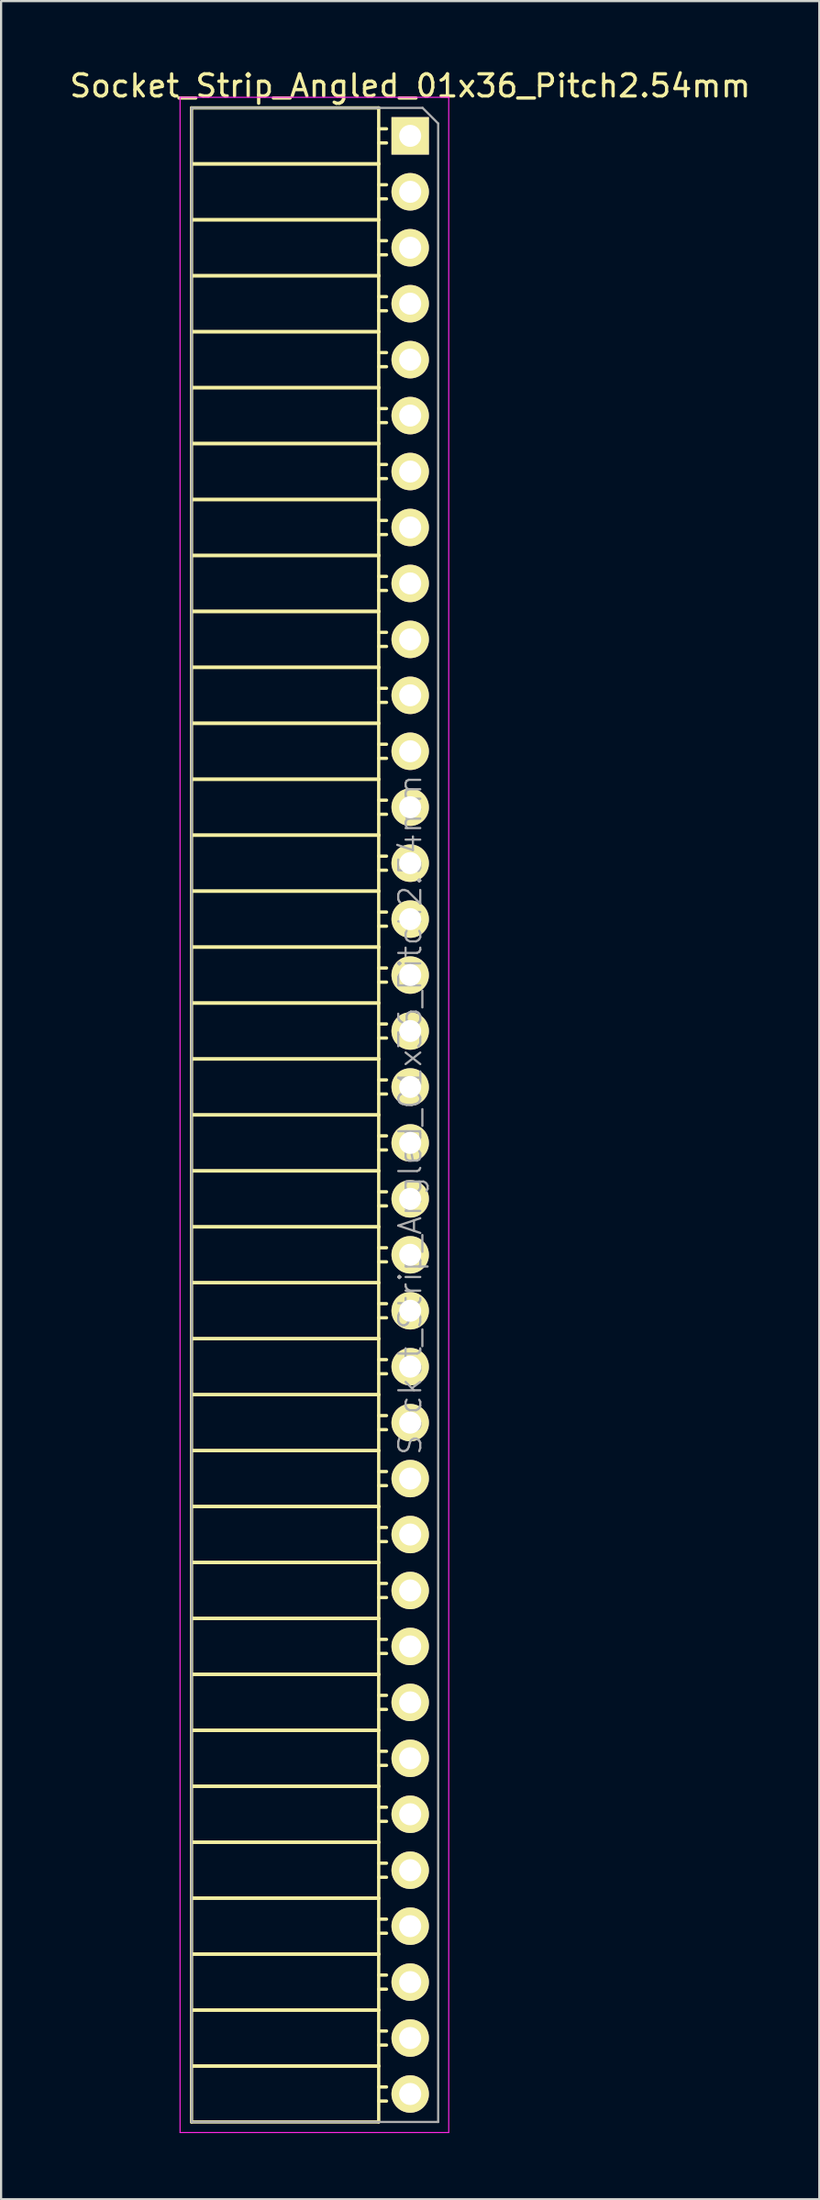
<source format=kicad_pcb>
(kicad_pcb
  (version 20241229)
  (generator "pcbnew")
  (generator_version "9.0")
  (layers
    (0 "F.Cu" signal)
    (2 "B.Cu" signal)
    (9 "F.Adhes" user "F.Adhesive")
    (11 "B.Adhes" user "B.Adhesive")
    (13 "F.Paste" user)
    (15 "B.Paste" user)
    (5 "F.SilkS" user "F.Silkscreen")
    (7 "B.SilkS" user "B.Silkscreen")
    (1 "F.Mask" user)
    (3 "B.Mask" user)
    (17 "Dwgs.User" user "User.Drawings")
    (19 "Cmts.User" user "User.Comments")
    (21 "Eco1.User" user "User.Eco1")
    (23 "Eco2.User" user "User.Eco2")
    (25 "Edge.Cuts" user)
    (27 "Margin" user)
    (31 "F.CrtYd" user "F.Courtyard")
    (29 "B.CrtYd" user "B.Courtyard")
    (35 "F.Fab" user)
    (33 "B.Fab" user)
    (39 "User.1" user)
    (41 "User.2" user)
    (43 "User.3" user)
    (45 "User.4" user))
  (footprint "Socket_Strip_Angled_01x36_Pitch2.54mm"
    (layer "F.Cu")
    (at 15.577 3.118)
    (property "Reference" "Socket_Strip_Angled_01x36_Pitch2.54mm" (at 0 -2.27 0) (layer "F.SilkS") (effects (font (size 1 1) (thickness 0.15))))
    (attr smd)
    (fp_line (start -9.93 -1.27) (end -9.93 1.27) (stroke (width 0.15) (type solid)) (layer "F.SilkS"))
    (fp_line (start -9.93 -1.27) (end -1.43 -1.27) (stroke (width 0.15) (type solid)) (layer "F.SilkS"))
    (fp_line (start -9.93 1.27) (end -9.93 3.81) (stroke (width 0.15) (type solid)) (layer "F.SilkS"))
    (fp_line (start -9.93 1.27) (end -1.43 1.27) (stroke (width 0.15) (type solid)) (layer "F.SilkS"))
    (fp_line (start -9.93 1.27) (end -1.43 1.27) (stroke (width 0.15) (type solid)) (layer "F.SilkS"))
    (fp_line (start -9.93 3.81) (end -9.93 6.35) (stroke (width 0.15) (type solid)) (layer "F.SilkS"))
    (fp_line (start -9.93 3.81) (end -1.43 3.81) (stroke (width 0.15) (type solid)) (layer "F.SilkS"))
    (fp_line (start -9.93 3.81) (end -1.43 3.81) (stroke (width 0.15) (type solid)) (layer "F.SilkS"))
    (fp_line (start -9.93 6.35) (end -9.93 8.89) (stroke (width 0.15) (type solid)) (layer "F.SilkS"))
    (fp_line (start -9.93 6.35) (end -1.43 6.35) (stroke (width 0.15) (type solid)) (layer "F.SilkS"))
    (fp_line (start -9.93 6.35) (end -1.43 6.35) (stroke (width 0.15) (type solid)) (layer "F.SilkS"))
    (fp_line (start -9.93 8.89) (end -9.93 11.43) (stroke (width 0.15) (type solid)) (layer "F.SilkS"))
    (fp_line (start -9.93 8.89) (end -1.43 8.89) (stroke (width 0.15) (type solid)) (layer "F.SilkS"))
    (fp_line (start -9.93 8.89) (end -1.43 8.89) (stroke (width 0.15) (type solid)) (layer "F.SilkS"))
    (fp_line (start -9.93 11.43) (end -9.93 13.97) (stroke (width 0.15) (type solid)) (layer "F.SilkS"))
    (fp_line (start -9.93 11.43) (end -1.43 11.43) (stroke (width 0.15) (type solid)) (layer "F.SilkS"))
    (fp_line (start -9.93 11.43) (end -1.43 11.43) (stroke (width 0.15) (type solid)) (layer "F.SilkS"))
    (fp_line (start -9.93 13.97) (end -9.93 16.51) (stroke (width 0.15) (type solid)) (layer "F.SilkS"))
    (fp_line (start -9.93 13.97) (end -1.43 13.97) (stroke (width 0.15) (type solid)) (layer "F.SilkS"))
    (fp_line (start -9.93 13.97) (end -1.43 13.97) (stroke (width 0.15) (type solid)) (layer "F.SilkS"))
    (fp_line (start -9.93 16.51) (end -9.93 19.05) (stroke (width 0.15) (type solid)) (layer "F.SilkS"))
    (fp_line (start -9.93 16.51) (end -1.43 16.51) (stroke (width 0.15) (type solid)) (layer "F.SilkS"))
    (fp_line (start -9.93 16.51) (end -1.43 16.51) (stroke (width 0.15) (type solid)) (layer "F.SilkS"))
    (fp_line (start -9.93 19.05) (end -9.93 21.59) (stroke (width 0.15) (type solid)) (layer "F.SilkS"))
    (fp_line (start -9.93 19.05) (end -1.43 19.05) (stroke (width 0.15) (type solid)) (layer "F.SilkS"))
    (fp_line (start -9.93 19.05) (end -1.43 19.05) (stroke (width 0.15) (type solid)) (layer "F.SilkS"))
    (fp_line (start -9.93 21.59) (end -9.93 24.13) (stroke (width 0.15) (type solid)) (layer "F.SilkS"))
    (fp_line (start -9.93 21.59) (end -1.43 21.59) (stroke (width 0.15) (type solid)) (layer "F.SilkS"))
    (fp_line (start -9.93 21.59) (end -1.43 21.59) (stroke (width 0.15) (type solid)) (layer "F.SilkS"))
    (fp_line (start -9.93 24.13) (end -9.93 26.67) (stroke (width 0.15) (type solid)) (layer "F.SilkS"))
    (fp_line (start -9.93 24.13) (end -1.43 24.13) (stroke (width 0.15) (type solid)) (layer "F.SilkS"))
    (fp_line (start -9.93 24.13) (end -1.43 24.13) (stroke (width 0.15) (type solid)) (layer "F.SilkS"))
    (fp_line (start -9.93 26.67) (end -9.93 29.21) (stroke (width 0.15) (type solid)) (layer "F.SilkS"))
    (fp_line (start -9.93 26.67) (end -1.43 26.67) (stroke (width 0.15) (type solid)) (layer "F.SilkS"))
    (fp_line (start -9.93 26.67) (end -1.43 26.67) (stroke (width 0.15) (type solid)) (layer "F.SilkS"))
    (fp_line (start -9.93 29.21) (end -9.93 31.75) (stroke (width 0.15) (type solid)) (layer "F.SilkS"))
    (fp_line (start -9.93 29.21) (end -1.43 29.21) (stroke (width 0.15) (type solid)) (layer "F.SilkS"))
    (fp_line (start -9.93 29.21) (end -1.43 29.21) (stroke (width 0.15) (type solid)) (layer "F.SilkS"))
    (fp_line (start -9.93 31.75) (end -9.93 34.29) (stroke (width 0.15) (type solid)) (layer "F.SilkS"))
    (fp_line (start -9.93 31.75) (end -1.43 31.75) (stroke (width 0.15) (type solid)) (layer "F.SilkS"))
    (fp_line (start -9.93 31.75) (end -1.43 31.75) (stroke (width 0.15) (type solid)) (layer "F.SilkS"))
    (fp_line (start -9.93 34.29) (end -9.93 36.83) (stroke (width 0.15) (type solid)) (layer "F.SilkS"))
    (fp_line (start -9.93 34.29) (end -1.43 34.29) (stroke (width 0.15) (type solid)) (layer "F.SilkS"))
    (fp_line (start -9.93 34.29) (end -1.43 34.29) (stroke (width 0.15) (type solid)) (layer "F.SilkS"))
    (fp_line (start -9.93 36.83) (end -9.93 39.37) (stroke (width 0.15) (type solid)) (layer "F.SilkS"))
    (fp_line (start -9.93 36.83) (end -1.43 36.83) (stroke (width 0.15) (type solid)) (layer "F.SilkS"))
    (fp_line (start -9.93 36.83) (end -1.43 36.83) (stroke (width 0.15) (type solid)) (layer "F.SilkS"))
    (fp_line (start -9.93 39.37) (end -9.93 41.91) (stroke (width 0.15) (type solid)) (layer "F.SilkS"))
    (fp_line (start -9.93 39.37) (end -1.43 39.37) (stroke (width 0.15) (type solid)) (layer "F.SilkS"))
    (fp_line (start -9.93 39.37) (end -1.43 39.37) (stroke (width 0.15) (type solid)) (layer "F.SilkS"))
    (fp_line (start -9.93 41.91) (end -9.93 44.45) (stroke (width 0.15) (type solid)) (layer "F.SilkS"))
    (fp_line (start -9.93 41.91) (end -1.43 41.91) (stroke (width 0.15) (type solid)) (layer "F.SilkS"))
    (fp_line (start -9.93 41.91) (end -1.43 41.91) (stroke (width 0.15) (type solid)) (layer "F.SilkS"))
    (fp_line (start -9.93 44.45) (end -9.93 46.99) (stroke (width 0.15) (type solid)) (layer "F.SilkS"))
    (fp_line (start -9.93 44.45) (end -1.43 44.45) (stroke (width 0.15) (type solid)) (layer "F.SilkS"))
    (fp_line (start -9.93 44.45) (end -1.43 44.45) (stroke (width 0.15) (type solid)) (layer "F.SilkS"))
    (fp_line (start -9.93 46.99) (end -9.93 49.53) (stroke (width 0.15) (type solid)) (layer "F.SilkS"))
    (fp_line (start -9.93 46.99) (end -1.43 46.99) (stroke (width 0.15) (type solid)) (layer "F.SilkS"))
    (fp_line (start -9.93 46.99) (end -1.43 46.99) (stroke (width 0.15) (type solid)) (layer "F.SilkS"))
    (fp_line (start -9.93 49.53) (end -9.93 52.07) (stroke (width 0.15) (type solid)) (layer "F.SilkS"))
    (fp_line (start -9.93 49.53) (end -1.43 49.53) (stroke (width 0.15) (type solid)) (layer "F.SilkS"))
    (fp_line (start -9.93 49.53) (end -1.43 49.53) (stroke (width 0.15) (type solid)) (layer "F.SilkS"))
    (fp_line (start -9.93 52.07) (end -9.93 54.61) (stroke (width 0.15) (type solid)) (layer "F.SilkS"))
    (fp_line (start -9.93 52.07) (end -1.43 52.07) (stroke (width 0.15) (type solid)) (layer "F.SilkS"))
    (fp_line (start -9.93 52.07) (end -1.43 52.07) (stroke (width 0.15) (type solid)) (layer "F.SilkS"))
    (fp_line (start -9.93 54.61) (end -9.93 57.15) (stroke (width 0.15) (type solid)) (layer "F.SilkS"))
    (fp_line (start -9.93 54.61) (end -1.43 54.61) (stroke (width 0.15) (type solid)) (layer "F.SilkS"))
    (fp_line (start -9.93 54.61) (end -1.43 54.61) (stroke (width 0.15) (type solid)) (layer "F.SilkS"))
    (fp_line (start -9.93 57.15) (end -9.93 59.69) (stroke (width 0.15) (type solid)) (layer "F.SilkS"))
    (fp_line (start -9.93 57.15) (end -1.43 57.15) (stroke (width 0.15) (type solid)) (layer "F.SilkS"))
    (fp_line (start -9.93 57.15) (end -1.43 57.15) (stroke (width 0.15) (type solid)) (layer "F.SilkS"))
    (fp_line (start -9.93 59.69) (end -9.93 62.23) (stroke (width 0.15) (type solid)) (layer "F.SilkS"))
    (fp_line (start -9.93 59.69) (end -1.43 59.69) (stroke (width 0.15) (type solid)) (layer "F.SilkS"))
    (fp_line (start -9.93 59.69) (end -1.43 59.69) (stroke (width 0.15) (type solid)) (layer "F.SilkS"))
    (fp_line (start -9.93 62.23) (end -9.93 64.77) (stroke (width 0.15) (type solid)) (layer "F.SilkS"))
    (fp_line (start -9.93 62.23) (end -1.43 62.23) (stroke (width 0.15) (type solid)) (layer "F.SilkS"))
    (fp_line (start -9.93 62.23) (end -1.43 62.23) (stroke (width 0.15) (type solid)) (layer "F.SilkS"))
    (fp_line (start -9.93 64.77) (end -9.93 67.31) (stroke (width 0.15) (type solid)) (layer "F.SilkS"))
    (fp_line (start -9.93 64.77) (end -1.43 64.77) (stroke (width 0.15) (type solid)) (layer "F.SilkS"))
    (fp_line (start -9.93 64.77) (end -1.43 64.77) (stroke (width 0.15) (type solid)) (layer "F.SilkS"))
    (fp_line (start -9.93 67.31) (end -9.93 69.85) (stroke (width 0.15) (type solid)) (layer "F.SilkS"))
    (fp_line (start -9.93 67.31) (end -1.43 67.31) (stroke (width 0.15) (type solid)) (layer "F.SilkS"))
    (fp_line (start -9.93 67.31) (end -1.43 67.31) (stroke (width 0.15) (type solid)) (layer "F.SilkS"))
    (fp_line (start -9.93 69.85) (end -9.93 72.39) (stroke (width 0.15) (type solid)) (layer "F.SilkS"))
    (fp_line (start -9.93 69.85) (end -1.43 69.85) (stroke (width 0.15) (type solid)) (layer "F.SilkS"))
    (fp_line (start -9.93 69.85) (end -1.43 69.85) (stroke (width 0.15) (type solid)) (layer "F.SilkS"))
    (fp_line (start -9.93 72.39) (end -9.93 74.93) (stroke (width 0.15) (type solid)) (layer "F.SilkS"))
    (fp_line (start -9.93 72.39) (end -1.43 72.39) (stroke (width 0.15) (type solid)) (layer "F.SilkS"))
    (fp_line (start -9.93 72.39) (end -1.43 72.39) (stroke (width 0.15) (type solid)) (layer "F.SilkS"))
    (fp_line (start -9.93 74.93) (end -9.93 77.47) (stroke (width 0.15) (type solid)) (layer "F.SilkS"))
    (fp_line (start -9.93 74.93) (end -1.43 74.93) (stroke (width 0.15) (type solid)) (layer "F.SilkS"))
    (fp_line (start -9.93 74.93) (end -1.43 74.93) (stroke (width 0.15) (type solid)) (layer "F.SilkS"))
    (fp_line (start -9.93 77.47) (end -9.93 80.01) (stroke (width 0.15) (type solid)) (layer "F.SilkS"))
    (fp_line (start -9.93 77.47) (end -1.43 77.47) (stroke (width 0.15) (type solid)) (layer "F.SilkS"))
    (fp_line (start -9.93 77.47) (end -1.43 77.47) (stroke (width 0.15) (type solid)) (layer "F.SilkS"))
    (fp_line (start -9.93 80.01) (end -9.93 82.55) (stroke (width 0.15) (type solid)) (layer "F.SilkS"))
    (fp_line (start -9.93 80.01) (end -1.43 80.01) (stroke (width 0.15) (type solid)) (layer "F.SilkS"))
    (fp_line (start -9.93 80.01) (end -1.43 80.01) (stroke (width 0.15) (type solid)) (layer "F.SilkS"))
    (fp_line (start -9.93 82.55) (end -9.93 85.09) (stroke (width 0.15) (type solid)) (layer "F.SilkS"))
    (fp_line (start -9.93 82.55) (end -1.43 82.55) (stroke (width 0.15) (type solid)) (layer "F.SilkS"))
    (fp_line (start -9.93 82.55) (end -1.43 82.55) (stroke (width 0.15) (type solid)) (layer "F.SilkS"))
    (fp_line (start -9.93 85.09) (end -9.93 87.63) (stroke (width 0.15) (type solid)) (layer "F.SilkS"))
    (fp_line (start -9.93 85.09) (end -1.43 85.09) (stroke (width 0.15) (type solid)) (layer "F.SilkS"))
    (fp_line (start -9.93 85.09) (end -1.43 85.09) (stroke (width 0.15) (type solid)) (layer "F.SilkS"))
    (fp_line (start -9.93 87.63) (end -9.93 90.17) (stroke (width 0.15) (type solid)) (layer "F.SilkS"))
    (fp_line (start -9.93 87.63) (end -1.43 87.63) (stroke (width 0.15) (type solid)) (layer "F.SilkS"))
    (fp_line (start -9.93 87.63) (end -1.43 87.63) (stroke (width 0.15) (type solid)) (layer "F.SilkS"))
    (fp_line (start -9.93 90.17) (end -1.43 90.17) (stroke (width 0.15) (type solid)) (layer "F.SilkS"))
    (fp_line (start -1.43 -1.27) (end -1.43 1.27) (stroke (width 0.15) (type solid)) (layer "F.SilkS"))
    (fp_line (start -1.43 -0.32) (end -1.075 -0.32) (stroke (width 0.15) (type solid)) (layer "F.SilkS"))
    (fp_line (start -1.43 0.32) (end -1.075 0.32) (stroke (width 0.15) (type solid)) (layer "F.SilkS"))
    (fp_line (start -1.43 1.27) (end -1.43 3.81) (stroke (width 0.15) (type solid)) (layer "F.SilkS"))
    (fp_line (start -1.43 2.22) (end -1.075 2.22) (stroke (width 0.15) (type solid)) (layer "F.SilkS"))
    (fp_line (start -1.43 2.86) (end -1.075 2.86) (stroke (width 0.15) (type solid)) (layer "F.SilkS"))
    (fp_line (start -1.43 3.81) (end -1.43 6.35) (stroke (width 0.15) (type solid)) (layer "F.SilkS"))
    (fp_line (start -1.43 4.76) (end -1.075 4.76) (stroke (width 0.15) (type solid)) (layer "F.SilkS"))
    (fp_line (start -1.43 5.4) (end -1.075 5.4) (stroke (width 0.15) (type solid)) (layer "F.SilkS"))
    (fp_line (start -1.43 6.35) (end -1.43 8.89) (stroke (width 0.15) (type solid)) (layer "F.SilkS"))
    (fp_line (start -1.43 7.3) (end -1.075 7.3) (stroke (width 0.15) (type solid)) (layer "F.SilkS"))
    (fp_line (start -1.43 7.94) (end -1.075 7.94) (stroke (width 0.15) (type solid)) (layer "F.SilkS"))
    (fp_line (start -1.43 8.89) (end -1.43 11.43) (stroke (width 0.15) (type solid)) (layer "F.SilkS"))
    (fp_line (start -1.43 9.84) (end -1.075 9.84) (stroke (width 0.15) (type solid)) (layer "F.SilkS"))
    (fp_line (start -1.43 10.48) (end -1.075 10.48) (stroke (width 0.15) (type solid)) (layer "F.SilkS"))
    (fp_line (start -1.43 11.43) (end -1.43 13.97) (stroke (width 0.15) (type solid)) (layer "F.SilkS"))
    (fp_line (start -1.43 12.38) (end -1.075 12.38) (stroke (width 0.15) (type solid)) (layer "F.SilkS"))
    (fp_line (start -1.43 13.02) (end -1.075 13.02) (stroke (width 0.15) (type solid)) (layer "F.SilkS"))
    (fp_line (start -1.43 13.97) (end -1.43 16.51) (stroke (width 0.15) (type solid)) (layer "F.SilkS"))
    (fp_line (start -1.43 14.92) (end -1.075 14.92) (stroke (width 0.15) (type solid)) (layer "F.SilkS"))
    (fp_line (start -1.43 15.56) (end -1.075 15.56) (stroke (width 0.15) (type solid)) (layer "F.SilkS"))
    (fp_line (start -1.43 16.51) (end -1.43 19.05) (stroke (width 0.15) (type solid)) (layer "F.SilkS"))
    (fp_line (start -1.43 17.46) (end -1.075 17.46) (stroke (width 0.15) (type solid)) (layer "F.SilkS"))
    (fp_line (start -1.43 18.1) (end -1.075 18.1) (stroke (width 0.15) (type solid)) (layer "F.SilkS"))
    (fp_line (start -1.43 19.05) (end -1.43 21.59) (stroke (width 0.15) (type solid)) (layer "F.SilkS"))
    (fp_line (start -1.43 20) (end -1.075 20) (stroke (width 0.15) (type solid)) (layer "F.SilkS"))
    (fp_line (start -1.43 20.64) (end -1.075 20.64) (stroke (width 0.15) (type solid)) (layer "F.SilkS"))
    (fp_line (start -1.43 21.59) (end -1.43 24.13) (stroke (width 0.15) (type solid)) (layer "F.SilkS"))
    (fp_line (start -1.43 22.54) (end -1.075 22.54) (stroke (width 0.15) (type solid)) (layer "F.SilkS"))
    (fp_line (start -1.43 23.18) (end -1.075 23.18) (stroke (width 0.15) (type solid)) (layer "F.SilkS"))
    (fp_line (start -1.43 24.13) (end -1.43 26.67) (stroke (width 0.15) (type solid)) (layer "F.SilkS"))
    (fp_line (start -1.43 25.08) (end -1.075 25.08) (stroke (width 0.15) (type solid)) (layer "F.SilkS"))
    (fp_line (start -1.43 25.72) (end -1.075 25.72) (stroke (width 0.15) (type solid)) (layer "F.SilkS"))
    (fp_line (start -1.43 26.67) (end -1.43 29.21) (stroke (width 0.15) (type solid)) (layer "F.SilkS"))
    (fp_line (start -1.43 27.62) (end -1.075 27.62) (stroke (width 0.15) (type solid)) (layer "F.SilkS"))
    (fp_line (start -1.43 28.26) (end -1.075 28.26) (stroke (width 0.15) (type solid)) (layer "F.SilkS"))
    (fp_line (start -1.43 29.21) (end -1.43 31.75) (stroke (width 0.15) (type solid)) (layer "F.SilkS"))
    (fp_line (start -1.43 30.16) (end -1.075 30.16) (stroke (width 0.15) (type solid)) (layer "F.SilkS"))
    (fp_line (start -1.43 30.8) (end -1.075 30.8) (stroke (width 0.15) (type solid)) (layer "F.SilkS"))
    (fp_line (start -1.43 31.75) (end -1.43 34.29) (stroke (width 0.15) (type solid)) (layer "F.SilkS"))
    (fp_line (start -1.43 32.7) (end -1.075 32.7) (stroke (width 0.15) (type solid)) (layer "F.SilkS"))
    (fp_line (start -1.43 33.34) (end -1.075 33.34) (stroke (width 0.15) (type solid)) (layer "F.SilkS"))
    (fp_line (start -1.43 34.29) (end -1.43 36.83) (stroke (width 0.15) (type solid)) (layer "F.SilkS"))
    (fp_line (start -1.43 35.24) (end -1.075 35.24) (stroke (width 0.15) (type solid)) (layer "F.SilkS"))
    (fp_line (start -1.43 35.88) (end -1.075 35.88) (stroke (width 0.15) (type solid)) (layer "F.SilkS"))
    (fp_line (start -1.43 36.83) (end -1.43 39.37) (stroke (width 0.15) (type solid)) (layer "F.SilkS"))
    (fp_line (start -1.43 37.78) (end -1.075 37.78) (stroke (width 0.15) (type solid)) (layer "F.SilkS"))
    (fp_line (start -1.43 38.42) (end -1.075 38.42) (stroke (width 0.15) (type solid)) (layer "F.SilkS"))
    (fp_line (start -1.43 39.37) (end -1.43 41.91) (stroke (width 0.15) (type solid)) (layer "F.SilkS"))
    (fp_line (start -1.43 40.32) (end -1.075 40.32) (stroke (width 0.15) (type solid)) (layer "F.SilkS"))
    (fp_line (start -1.43 40.96) (end -1.075 40.96) (stroke (width 0.15) (type solid)) (layer "F.SilkS"))
    (fp_line (start -1.43 41.91) (end -1.43 44.45) (stroke (width 0.15) (type solid)) (layer "F.SilkS"))
    (fp_line (start -1.43 42.86) (end -1.075 42.86) (stroke (width 0.15) (type solid)) (layer "F.SilkS"))
    (fp_line (start -1.43 43.5) (end -1.075 43.5) (stroke (width 0.15) (type solid)) (layer "F.SilkS"))
    (fp_line (start -1.43 44.45) (end -1.43 46.99) (stroke (width 0.15) (type solid)) (layer "F.SilkS"))
    (fp_line (start -1.43 45.4) (end -1.075 45.4) (stroke (width 0.15) (type solid)) (layer "F.SilkS"))
    (fp_line (start -1.43 46.04) (end -1.075 46.04) (stroke (width 0.15) (type solid)) (layer "F.SilkS"))
    (fp_line (start -1.43 46.99) (end -1.43 49.53) (stroke (width 0.15) (type solid)) (layer "F.SilkS"))
    (fp_line (start -1.43 47.94) (end -1.075 47.94) (stroke (width 0.15) (type solid)) (layer "F.SilkS"))
    (fp_line (start -1.43 48.58) (end -1.075 48.58) (stroke (width 0.15) (type solid)) (layer "F.SilkS"))
    (fp_line (start -1.43 49.53) (end -1.43 52.07) (stroke (width 0.15) (type solid)) (layer "F.SilkS"))
    (fp_line (start -1.43 50.48) (end -1.075 50.48) (stroke (width 0.15) (type solid)) (layer "F.SilkS"))
    (fp_line (start -1.43 51.12) (end -1.075 51.12) (stroke (width 0.15) (type solid)) (layer "F.SilkS"))
    (fp_line (start -1.43 52.07) (end -1.43 54.61) (stroke (width 0.15) (type solid)) (layer "F.SilkS"))
    (fp_line (start -1.43 53.02) (end -1.075 53.02) (stroke (width 0.15) (type solid)) (layer "F.SilkS"))
    (fp_line (start -1.43 53.66) (end -1.075 53.66) (stroke (width 0.15) (type solid)) (layer "F.SilkS"))
    (fp_line (start -1.43 54.61) (end -1.43 57.15) (stroke (width 0.15) (type solid)) (layer "F.SilkS"))
    (fp_line (start -1.43 55.56) (end -1.075 55.56) (stroke (width 0.15) (type solid)) (layer "F.SilkS"))
    (fp_line (start -1.43 56.2) (end -1.075 56.2) (stroke (width 0.15) (type solid)) (layer "F.SilkS"))
    (fp_line (start -1.43 57.15) (end -1.43 59.69) (stroke (width 0.15) (type solid)) (layer "F.SilkS"))
    (fp_line (start -1.43 58.1) (end -1.075 58.1) (stroke (width 0.15) (type solid)) (layer "F.SilkS"))
    (fp_line (start -1.43 58.74) (end -1.075 58.74) (stroke (width 0.15) (type solid)) (layer "F.SilkS"))
    (fp_line (start -1.43 59.69) (end -1.43 62.23) (stroke (width 0.15) (type solid)) (layer "F.SilkS"))
    (fp_line (start -1.43 60.64) (end -1.075 60.64) (stroke (width 0.15) (type solid)) (layer "F.SilkS"))
    (fp_line (start -1.43 61.28) (end -1.075 61.28) (stroke (width 0.15) (type solid)) (layer "F.SilkS"))
    (fp_line (start -1.43 62.23) (end -1.43 64.77) (stroke (width 0.15) (type solid)) (layer "F.SilkS"))
    (fp_line (start -1.43 63.18) (end -1.075 63.18) (stroke (width 0.15) (type solid)) (layer "F.SilkS"))
    (fp_line (start -1.43 63.82) (end -1.075 63.82) (stroke (width 0.15) (type solid)) (layer "F.SilkS"))
    (fp_line (start -1.43 64.77) (end -1.43 67.31) (stroke (width 0.15) (type solid)) (layer "F.SilkS"))
    (fp_line (start -1.43 65.72) (end -1.075 65.72) (stroke (width 0.15) (type solid)) (layer "F.SilkS"))
    (fp_line (start -1.43 66.36) (end -1.075 66.36) (stroke (width 0.15) (type solid)) (layer "F.SilkS"))
    (fp_line (start -1.43 67.31) (end -1.43 69.85) (stroke (width 0.15) (type solid)) (layer "F.SilkS"))
    (fp_line (start -1.43 68.26) (end -1.075 68.26) (stroke (width 0.15) (type solid)) (layer "F.SilkS"))
    (fp_line (start -1.43 68.9) (end -1.075 68.9) (stroke (width 0.15) (type solid)) (layer "F.SilkS"))
    (fp_line (start -1.43 69.85) (end -1.43 72.39) (stroke (width 0.15) (type solid)) (layer "F.SilkS"))
    (fp_line (start -1.43 70.8) (end -1.075 70.8) (stroke (width 0.15) (type solid)) (layer "F.SilkS"))
    (fp_line (start -1.43 71.44) (end -1.075 71.44) (stroke (width 0.15) (type solid)) (layer "F.SilkS"))
    (fp_line (start -1.43 72.39) (end -1.43 74.93) (stroke (width 0.15) (type solid)) (layer "F.SilkS"))
    (fp_line (start -1.43 73.34) (end -1.075 73.34) (stroke (width 0.15) (type solid)) (layer "F.SilkS"))
    (fp_line (start -1.43 73.98) (end -1.075 73.98) (stroke (width 0.15) (type solid)) (layer "F.SilkS"))
    (fp_line (start -1.43 74.93) (end -1.43 77.47) (stroke (width 0.15) (type solid)) (layer "F.SilkS"))
    (fp_line (start -1.43 75.88) (end -1.075 75.88) (stroke (width 0.15) (type solid)) (layer "F.SilkS"))
    (fp_line (start -1.43 76.52) (end -1.075 76.52) (stroke (width 0.15) (type solid)) (layer "F.SilkS"))
    (fp_line (start -1.43 77.47) (end -1.43 80.01) (stroke (width 0.15) (type solid)) (layer "F.SilkS"))
    (fp_line (start -1.43 78.42) (end -1.075 78.42) (stroke (width 0.15) (type solid)) (layer "F.SilkS"))
    (fp_line (start -1.43 79.06) (end -1.075 79.06) (stroke (width 0.15) (type solid)) (layer "F.SilkS"))
    (fp_line (start -1.43 80.01) (end -1.43 82.55) (stroke (width 0.15) (type solid)) (layer "F.SilkS"))
    (fp_line (start -1.43 80.96) (end -1.075 80.96) (stroke (width 0.15) (type solid)) (layer "F.SilkS"))
    (fp_line (start -1.43 81.6) (end -1.075 81.6) (stroke (width 0.15) (type solid)) (layer "F.SilkS"))
    (fp_line (start -1.43 82.55) (end -1.43 85.09) (stroke (width 0.15) (type solid)) (layer "F.SilkS"))
    (fp_line (start -1.43 83.5) (end -1.075 83.5) (stroke (width 0.15) (type solid)) (layer "F.SilkS"))
    (fp_line (start -1.43 84.14) (end -1.075 84.14) (stroke (width 0.15) (type solid)) (layer "F.SilkS"))
    (fp_line (start -1.43 85.09) (end -1.43 87.63) (stroke (width 0.15) (type solid)) (layer "F.SilkS"))
    (fp_line (start -1.43 86.04) (end -1.075 86.04) (stroke (width 0.15) (type solid)) (layer "F.SilkS"))
    (fp_line (start -1.43 86.68) (end -1.075 86.68) (stroke (width 0.15) (type solid)) (layer "F.SilkS"))
    (fp_line (start -1.43 87.63) (end -1.43 90.17) (stroke (width 0.15) (type solid)) (layer "F.SilkS"))
    (fp_line (start -1.43 88.58) (end -1.075 88.58) (stroke (width 0.15) (type solid)) (layer "F.SilkS"))
    (fp_line (start -1.43 89.22) (end -1.075 89.22) (stroke (width 0.15) (type solid)) (layer "F.SilkS"))
    (fp_line (start -10.45 -1.75) (end 1.75 -1.75) (stroke (width 0.05) (type solid)) (layer "F.CrtYd"))
    (fp_line (start -10.45 90.65) (end -10.45 -1.75) (stroke (width 0.05) (type solid)) (layer "F.CrtYd"))
    (fp_line (start -10.45 90.65) (end 1.75 90.65) (stroke (width 0.05) (type solid)) (layer "F.CrtYd"))
    (fp_line (start 1.75 90.65) (end 1.75 -1.75) (stroke (width 0.05) (type solid)) (layer "F.CrtYd"))
    (fp_line (start -9.93 -1.27) (end 0.563 -1.27) (stroke (width 0.1) (type solid)) (layer "F.Fab"))
    (fp_line (start -9.93 90.17) (end -9.93 -1.27) (stroke (width 0.1) (type solid)) (layer "F.Fab"))
    (fp_line (start -9.93 90.17) (end 1.27 90.17) (stroke (width 0.1) (type solid)) (layer "F.Fab"))
    (fp_line (start 1.27 -0.563) (end 0.563 -1.27) (stroke (width 0.1) (type solid)) (layer "F.Fab"))
    (fp_line (start 1.27 90.17) (end 1.27 -0.563) (stroke (width 0.1) (type solid)) (layer "F.Fab"))
    (fp_text user "${REFERENCE}" (at 0 44.45 90) (layer "F.Fab") (effects (font (size 1 1) (thickness 0.1))))
    (pad "1" thru_hole rect (at 0 0) (size 1.7 1.7) (drill 1) (layers "*.Cu" "*.Mask" "F.SilkS"))
    (pad "2" thru_hole oval (at 0 2.54) (size 1.7 1.7) (drill 1) (layers "*.Cu" "*.Mask" "F.SilkS"))
    (pad "3" thru_hole oval (at 0 5.08) (size 1.7 1.7) (drill 1) (layers "*.Cu" "*.Mask" "F.SilkS"))
    (pad "4" thru_hole oval (at 0 7.62) (size 1.7 1.7) (drill 1) (layers "*.Cu" "*.Mask" "F.SilkS"))
    (pad "5" thru_hole oval (at 0 10.16) (size 1.7 1.7) (drill 1) (layers "*.Cu" "*.Mask" "F.SilkS"))
    (pad "6" thru_hole oval (at 0 12.7) (size 1.7 1.7) (drill 1) (layers "*.Cu" "*.Mask" "F.SilkS"))
    (pad "7" thru_hole oval (at 0 15.24) (size 1.7 1.7) (drill 1) (layers "*.Cu" "*.Mask" "F.SilkS"))
    (pad "8" thru_hole oval (at 0 17.78) (size 1.7 1.7) (drill 1) (layers "*.Cu" "*.Mask" "F.SilkS"))
    (pad "9" thru_hole oval (at 0 20.32) (size 1.7 1.7) (drill 1) (layers "*.Cu" "*.Mask" "F.SilkS"))
    (pad "10" thru_hole oval (at 0 22.86) (size 1.7 1.7) (drill 1) (layers "*.Cu" "*.Mask" "F.SilkS"))
    (pad "11" thru_hole oval (at 0 25.4) (size 1.7 1.7) (drill 1) (layers "*.Cu" "*.Mask" "F.SilkS"))
    (pad "12" thru_hole oval (at 0 27.94) (size 1.7 1.7) (drill 1) (layers "*.Cu" "*.Mask" "F.SilkS"))
    (pad "13" thru_hole oval (at 0 30.48) (size 1.7 1.7) (drill 1) (layers "*.Cu" "*.Mask" "F.SilkS"))
    (pad "14" thru_hole oval (at 0 33.02) (size 1.7 1.7) (drill 1) (layers "*.Cu" "*.Mask" "F.SilkS"))
    (pad "15" thru_hole oval (at 0 35.56) (size 1.7 1.7) (drill 1) (layers "*.Cu" "*.Mask" "F.SilkS"))
    (pad "16" thru_hole oval (at 0 38.1) (size 1.7 1.7) (drill 1) (layers "*.Cu" "*.Mask" "F.SilkS"))
    (pad "17" thru_hole oval (at 0 40.64) (size 1.7 1.7) (drill 1) (layers "*.Cu" "*.Mask" "F.SilkS"))
    (pad "18" thru_hole oval (at 0 43.18) (size 1.7 1.7) (drill 1) (layers "*.Cu" "*.Mask" "F.SilkS"))
    (pad "19" thru_hole oval (at 0 45.72) (size 1.7 1.7) (drill 1) (layers "*.Cu" "*.Mask" "F.SilkS"))
    (pad "20" thru_hole oval (at 0 48.26) (size 1.7 1.7) (drill 1) (layers "*.Cu" "*.Mask" "F.SilkS"))
    (pad "21" thru_hole oval (at 0 50.8) (size 1.7 1.7) (drill 1) (layers "*.Cu" "*.Mask" "F.SilkS"))
    (pad "22" thru_hole oval (at 0 53.34) (size 1.7 1.7) (drill 1) (layers "*.Cu" "*.Mask" "F.SilkS"))
    (pad "23" thru_hole oval (at 0 55.88) (size 1.7 1.7) (drill 1) (layers "*.Cu" "*.Mask" "F.SilkS"))
    (pad "24" thru_hole oval (at 0 58.42) (size 1.7 1.7) (drill 1) (layers "*.Cu" "*.Mask" "F.SilkS"))
    (pad "25" thru_hole oval (at 0 60.96) (size 1.7 1.7) (drill 1) (layers "*.Cu" "*.Mask" "F.SilkS"))
    (pad "26" thru_hole oval (at 0 63.5) (size 1.7 1.7) (drill 1) (layers "*.Cu" "*.Mask" "F.SilkS"))
    (pad "27" thru_hole oval (at 0 66.04) (size 1.7 1.7) (drill 1) (layers "*.Cu" "*.Mask" "F.SilkS"))
    (pad "28" thru_hole oval (at 0 68.58) (size 1.7 1.7) (drill 1) (layers "*.Cu" "*.Mask" "F.SilkS"))
    (pad "29" thru_hole oval (at 0 71.12) (size 1.7 1.7) (drill 1) (layers "*.Cu" "*.Mask" "F.SilkS"))
    (pad "30" thru_hole oval (at 0 73.66) (size 1.7 1.7) (drill 1) (layers "*.Cu" "*.Mask" "F.SilkS"))
    (pad "31" thru_hole oval (at 0 76.2) (size 1.7 1.7) (drill 1) (layers "*.Cu" "*.Mask" "F.SilkS"))
    (pad "32" thru_hole oval (at 0 78.74) (size 1.7 1.7) (drill 1) (layers "*.Cu" "*.Mask" "F.SilkS"))
    (pad "33" thru_hole oval (at 0 81.28) (size 1.7 1.7) (drill 1) (layers "*.Cu" "*.Mask" "F.SilkS"))
    (pad "34" thru_hole oval (at 0 83.82) (size 1.7 1.7) (drill 1) (layers "*.Cu" "*.Mask" "F.SilkS"))
    (pad "35" thru_hole oval (at 0 86.36) (size 1.7 1.7) (drill 1) (layers "*.Cu" "*.Mask" "F.SilkS"))
    (pad "36" thru_hole oval (at 0 88.9) (size 1.7 1.7) (drill 1) (layers "*.Cu" "*.Mask" "F.SilkS")))
  (gr_rect
    (start -3 -3)
    (end 34.155 96.793)
    (stroke (width 0.1) (type default))
    (fill no)
    (layer "Edge.Cuts")))
</source>
